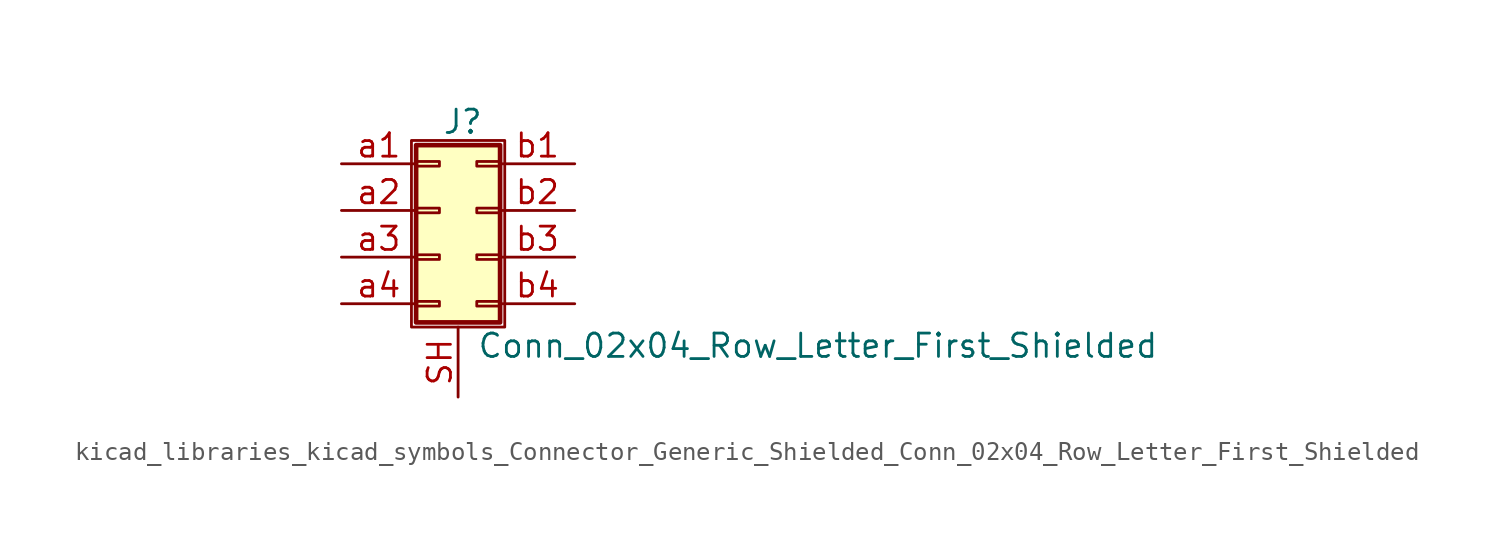
<source format=kicad_sym>
(kicad_symbol_lib
  (version 20220914)
  (generator kicad_symbol_editor)
  (symbol "kicad_libraries_kicad_symbols_Connector_Generic_Shielded_Conn_02x04_Row_Letter_First_Shielded"
    (pin_names
      (offset 1.016) hide)
    (property "Reference" "J"
      (at 1.524 4.826 0)
      (effects (font (size 1.27 1.27))))
    (property "Value" "Conn_02x04_Row_Letter_First_Shielded"
      (at 2.286 -7.366 0)
      (effects (font (size 1.27 1.27)) (justify left)))
    (symbol "kicad_libraries_kicad_symbols_Connector_Generic_Shielded_Conn_02x04_Row_Letter_First_Shielded_1_1"
      (rectangle (start -1.27 3.81) (end 3.81 -6.35) (stroke (width 0.152) (type default)) (fill (type none)))
      (rectangle (start -1.016 -4.953) (end 0.254 -5.207) (stroke (width 0.152) (type default)) (fill (type none)))
      (rectangle (start -1.016 -2.413) (end 0.254 -2.667) (stroke (width 0.152) (type default)) (fill (type none)))
      (rectangle (start -1.016 0.127) (end 0.254 -0.127) (stroke (width 0.152) (type default)) (fill (type none)))
      (rectangle (start -1.016 2.667) (end 0.254 2.413) (stroke (width 0.152) (type default)) (fill (type none)))
      (rectangle (start -1.016 3.556) (end 3.556 -6.096) (stroke (width 0.254) (type default)) (fill (type background)))
      (rectangle (start 3.556 -4.953) (end 2.286 -5.207) (stroke (width 0.152) (type default)) (fill (type none)))
      (rectangle (start 3.556 -2.413) (end 2.286 -2.667) (stroke (width 0.152) (type default)) (fill (type none)))
      (rectangle (start 3.556 0.127) (end 2.286 -0.127) (stroke (width 0.152) (type default)) (fill (type none)))
      (rectangle (start 3.556 2.667) (end 2.286 2.413) (stroke (width 0.152) (type default)) (fill (type none)))
      (pin passive line (at 1.27 -10.16 90) (length 3.81) (name "Shield" (effects (font (size 1.27 1.27)))) (number "SH" (effects (font (size 1.27 1.27)))))
      (pin passive line (at -5.08 2.54 0) (length 4.064) (name "Pin_a1" (effects (font (size 1.27 1.27)))) (number "a1" (effects (font (size 1.27 1.27)))))
      (pin passive line (at -5.08 0 0) (length 4.064) (name "Pin_a2" (effects (font (size 1.27 1.27)))) (number "a2" (effects (font (size 1.27 1.27)))))
      (pin passive line (at -5.08 -2.54 0) (length 4.064) (name "Pin_a3" (effects (font (size 1.27 1.27)))) (number "a3" (effects (font (size 1.27 1.27)))))
      (pin passive line (at -5.08 -5.08 0) (length 4.064) (name "Pin_a4" (effects (font (size 1.27 1.27)))) (number "a4" (effects (font (size 1.27 1.27)))))
      (pin passive line (at 7.62 2.54 180) (length 4.064) (name "Pin_b1" (effects (font (size 1.27 1.27)))) (number "b1" (effects (font (size 1.27 1.27)))))
      (pin passive line (at 7.62 0 180) (length 4.064) (name "Pin_b2" (effects (font (size 1.27 1.27)))) (number "b2" (effects (font (size 1.27 1.27)))))
      (pin passive line (at 7.62 -2.54 180) (length 4.064) (name "Pin_b3" (effects (font (size 1.27 1.27)))) (number "b3" (effects (font (size 1.27 1.27)))))
      (pin passive line (at 7.62 -5.08 180) (length 4.064) (name "Pin_b4" (effects (font (size 1.27 1.27)))) (number "b4" (effects (font (size 1.27 1.27))))))))
</source>
